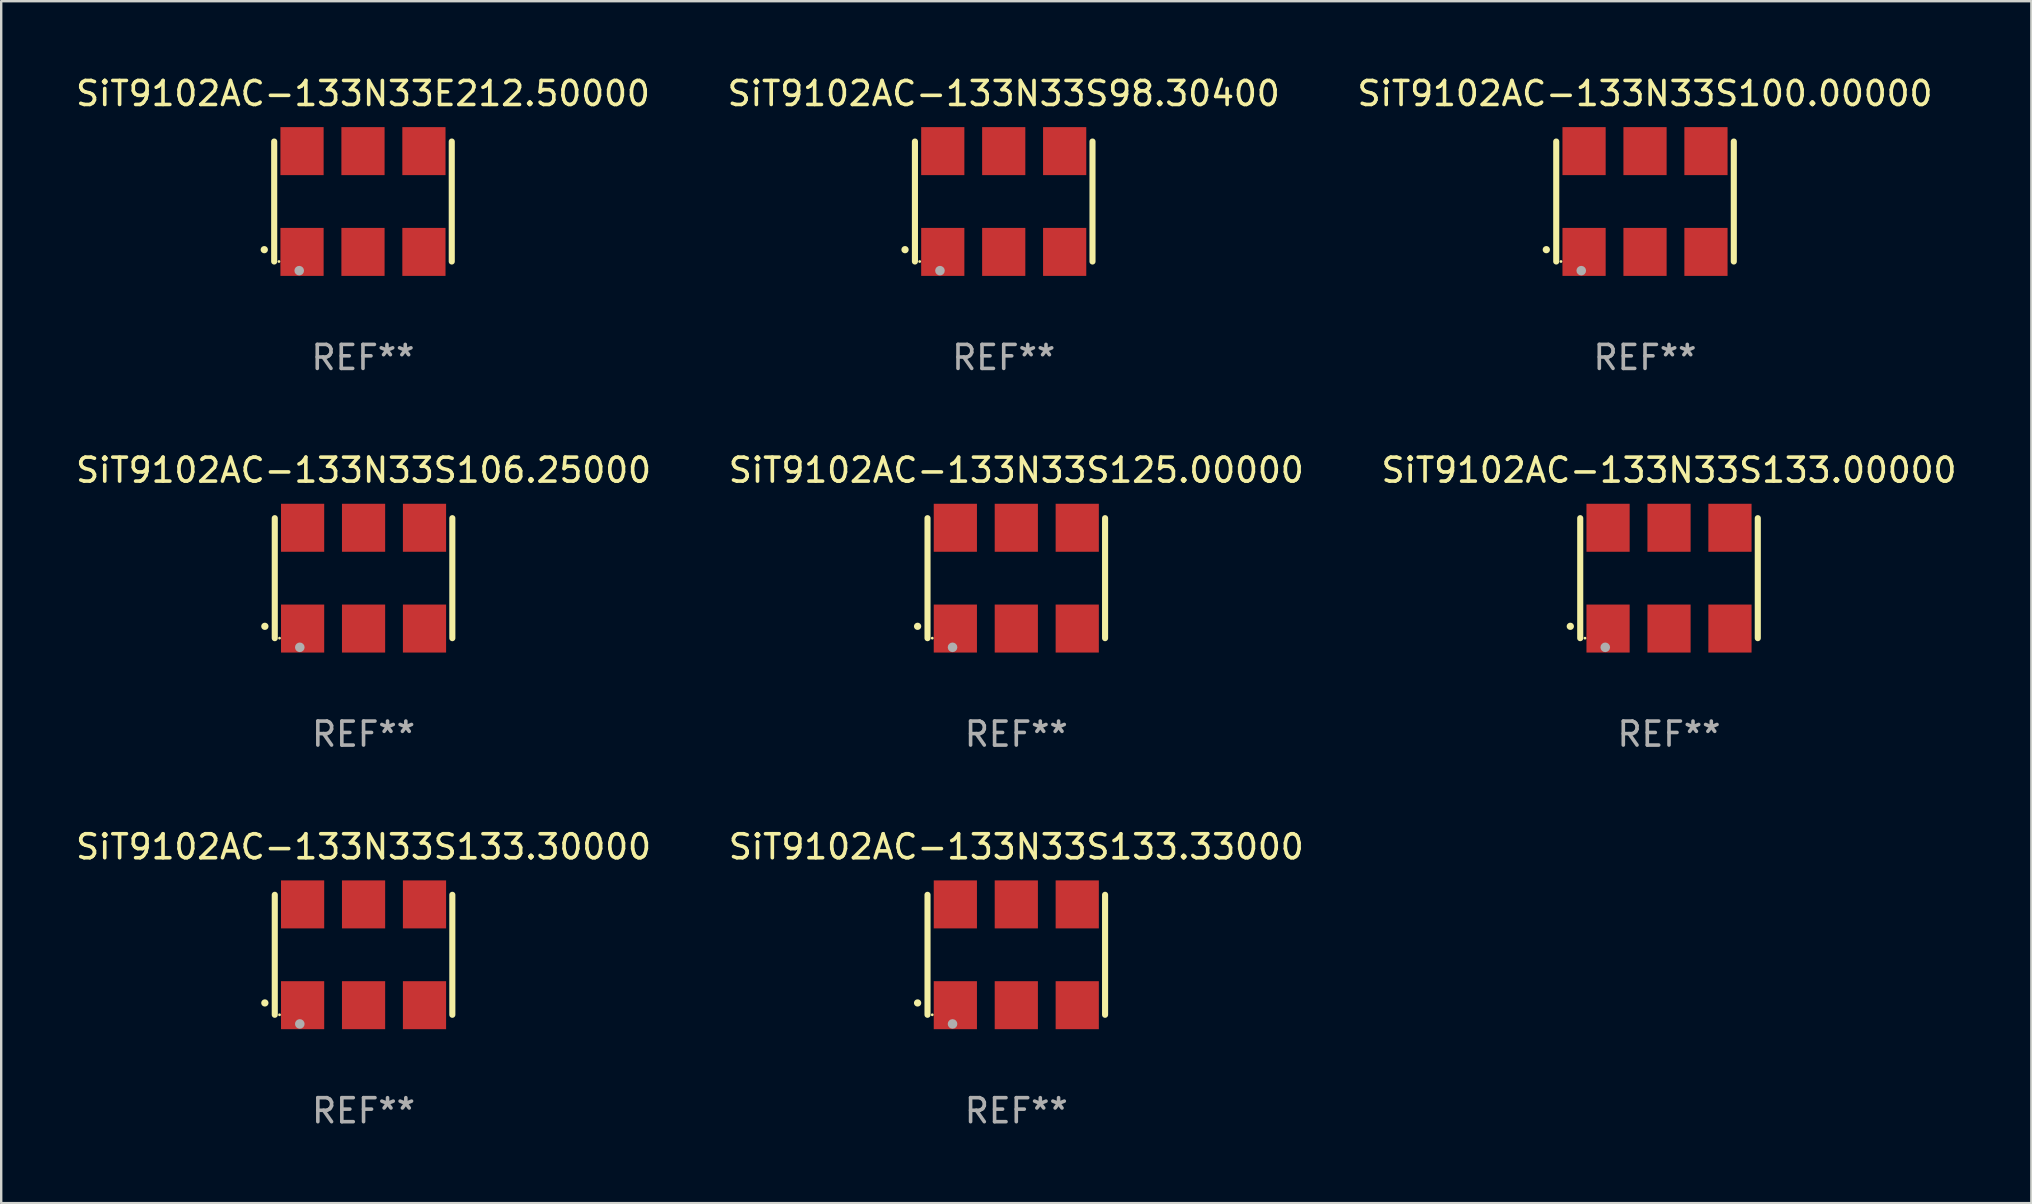
<source format=kicad_pcb>
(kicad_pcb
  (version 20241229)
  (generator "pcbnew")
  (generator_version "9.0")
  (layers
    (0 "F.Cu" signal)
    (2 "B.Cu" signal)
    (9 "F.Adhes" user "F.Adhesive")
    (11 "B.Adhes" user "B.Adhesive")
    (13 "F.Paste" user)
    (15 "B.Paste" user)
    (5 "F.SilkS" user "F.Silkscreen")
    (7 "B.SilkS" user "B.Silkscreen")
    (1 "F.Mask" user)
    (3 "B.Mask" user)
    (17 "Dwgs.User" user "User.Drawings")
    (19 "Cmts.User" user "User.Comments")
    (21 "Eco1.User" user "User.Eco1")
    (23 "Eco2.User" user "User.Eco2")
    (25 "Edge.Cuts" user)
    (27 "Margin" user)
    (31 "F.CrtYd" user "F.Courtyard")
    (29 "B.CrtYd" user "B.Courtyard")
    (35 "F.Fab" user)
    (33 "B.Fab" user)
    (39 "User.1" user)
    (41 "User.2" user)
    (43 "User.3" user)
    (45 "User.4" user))
  (footprint "SiT9102AC-133N33E212.50000"
    (layer "F.Cu")
    (at 12.077 5.348)
    (property "Reference" "SiT9102AC-133N33E212.50000" (at 0 -4.5 0) (layer "F.SilkS") (effects (font (size 1 1) (thickness 0.15))))
    (attr through_hole)
    (fp_line (start -3.7 -2.5) (end -3.7 2.5) (stroke (width 0.254) (type solid)) (layer "F.SilkS"))
    (fp_line (start 3.7 -2.5) (end 3.7 2.5) (stroke (width 0.254) (type solid)) (layer "F.SilkS"))
    (fp_arc (start -4.114415 2.006604) (mid -4.113145 2.006599) (end -4.111875 2.006604) (stroke (width 0.3) (type solid)) (layer "F.SilkS"))
    (fp_circle (center -3.502 2.5) (end -3.472 2.5) (stroke (width 0.06) (type solid)) (fill no) (layer "F.SilkS"))
    (fp_circle (center -2.657 2.882) (end -2.557 2.882) (stroke (width 0.2) (type solid)) (fill no) (layer "F.Fab"))
    (fp_text user "REF**" (at 0 6.5 0) (layer "F.Fab") (effects (font (size 1 1) (thickness 0.15))))
    (pad "1" smd rect (at -2.54 2.1) (size 1.8 2) (layers "F.Cu" "F.Mask" "F.Paste"))
    (pad "2" smd rect (at 0.000394 2.1) (size 1.8 2) (layers "F.Cu" "F.Mask" "F.Paste"))
    (pad "3" smd rect (at 2.54 2.1) (size 1.8 2) (layers "F.Cu" "F.Mask" "F.Paste"))
    (pad "4" smd rect (at 2.54 -2.1) (size 1.8 2) (layers "F.Cu" "F.Mask" "F.Paste"))
    (pad "5" smd rect (at 0.000394 -2.1) (size 1.8 2) (layers "F.Cu" "F.Mask" "F.Paste"))
    (pad "6" smd rect (at -2.54 -2.1) (size 1.8 2) (layers "F.Cu" "F.Mask" "F.Paste")))
  (footprint "SiT9102AC-133N33S98.30400"
    (layer "F.Cu")
    (at 38.78 5.348)
    (property "Reference" "SiT9102AC-133N33S98.30400" (at 0 -4.5 0) (layer "F.SilkS") (effects (font (size 1 1) (thickness 0.15))))
    (attr through_hole)
    (fp_line (start -3.7 -2.5) (end -3.7 2.5) (stroke (width 0.254) (type solid)) (layer "F.SilkS"))
    (fp_line (start 3.7 -2.5) (end 3.7 2.5) (stroke (width 0.254) (type solid)) (layer "F.SilkS"))
    (fp_arc (start -4.114415 2.006604) (mid -4.113145 2.006599) (end -4.111875 2.006604) (stroke (width 0.3) (type solid)) (layer "F.SilkS"))
    (fp_circle (center -3.502 2.5) (end -3.472 2.5) (stroke (width 0.06) (type solid)) (fill no) (layer "F.SilkS"))
    (fp_circle (center -2.657 2.882) (end -2.557 2.882) (stroke (width 0.2) (type solid)) (fill no) (layer "F.Fab"))
    (fp_text user "REF**" (at 0 6.5 0) (layer "F.Fab") (effects (font (size 1 1) (thickness 0.15))))
    (pad "1" smd rect (at -2.54 2.1) (size 1.8 2) (layers "F.Cu" "F.Mask" "F.Paste"))
    (pad "2" smd rect (at 0.000394 2.1) (size 1.8 2) (layers "F.Cu" "F.Mask" "F.Paste"))
    (pad "3" smd rect (at 2.54 2.1) (size 1.8 2) (layers "F.Cu" "F.Mask" "F.Paste"))
    (pad "4" smd rect (at 2.54 -2.1) (size 1.8 2) (layers "F.Cu" "F.Mask" "F.Paste"))
    (pad "5" smd rect (at 0.000394 -2.1) (size 1.8 2) (layers "F.Cu" "F.Mask" "F.Paste"))
    (pad "6" smd rect (at -2.54 -2.1) (size 1.8 2) (layers "F.Cu" "F.Mask" "F.Paste")))
  (footprint "SiT9102AC-133N33S125.00000"
    (layer "F.Cu")
    (at 39.304 21.045)
    (property "Reference" "SiT9102AC-133N33S125.00000" (at 0 -4.5 0) (layer "F.SilkS") (effects (font (size 1 1) (thickness 0.15))))
    (attr through_hole)
    (fp_line (start -3.7 -2.5) (end -3.7 2.5) (stroke (width 0.254) (type solid)) (layer "F.SilkS"))
    (fp_line (start 3.7 -2.5) (end 3.7 2.5) (stroke (width 0.254) (type solid)) (layer "F.SilkS"))
    (fp_arc (start -4.114415 2.006604) (mid -4.113145 2.006599) (end -4.111875 2.006604) (stroke (width 0.3) (type solid)) (layer "F.SilkS"))
    (fp_circle (center -3.502 2.5) (end -3.472 2.5) (stroke (width 0.06) (type solid)) (fill no) (layer "F.SilkS"))
    (fp_circle (center -2.657 2.882) (end -2.557 2.882) (stroke (width 0.2) (type solid)) (fill no) (layer "F.Fab"))
    (fp_text user "REF**" (at 0 6.5 0) (layer "F.Fab") (effects (font (size 1 1) (thickness 0.15))))
    (pad "1" smd rect (at -2.54 2.1) (size 1.8 2) (layers "F.Cu" "F.Mask" "F.Paste"))
    (pad "2" smd rect (at 0.000394 2.1) (size 1.8 2) (layers "F.Cu" "F.Mask" "F.Paste"))
    (pad "3" smd rect (at 2.54 2.1) (size 1.8 2) (layers "F.Cu" "F.Mask" "F.Paste"))
    (pad "4" smd rect (at 2.54 -2.1) (size 1.8 2) (layers "F.Cu" "F.Mask" "F.Paste"))
    (pad "5" smd rect (at 0.000394 -2.1) (size 1.8 2) (layers "F.Cu" "F.Mask" "F.Paste"))
    (pad "6" smd rect (at -2.54 -2.1) (size 1.8 2) (layers "F.Cu" "F.Mask" "F.Paste")))
  (footprint "SiT9102AC-133N33S100.00000"
    (layer "F.Cu")
    (at 65.506 5.348)
    (property "Reference" "SiT9102AC-133N33S100.00000" (at 0 -4.5 0) (layer "F.SilkS") (effects (font (size 1 1) (thickness 0.15))))
    (attr through_hole)
    (fp_line (start -3.7 -2.5) (end -3.7 2.5) (stroke (width 0.254) (type solid)) (layer "F.SilkS"))
    (fp_line (start 3.7 -2.5) (end 3.7 2.5) (stroke (width 0.254) (type solid)) (layer "F.SilkS"))
    (fp_arc (start -4.114415 2.006604) (mid -4.113145 2.006599) (end -4.111875 2.006604) (stroke (width 0.3) (type solid)) (layer "F.SilkS"))
    (fp_circle (center -3.502 2.5) (end -3.472 2.5) (stroke (width 0.06) (type solid)) (fill no) (layer "F.SilkS"))
    (fp_circle (center -2.657 2.882) (end -2.557 2.882) (stroke (width 0.2) (type solid)) (fill no) (layer "F.Fab"))
    (fp_text user "REF**" (at 0 6.5 0) (layer "F.Fab") (effects (font (size 1 1) (thickness 0.15))))
    (pad "1" smd rect (at -2.54 2.1) (size 1.8 2) (layers "F.Cu" "F.Mask" "F.Paste"))
    (pad "2" smd rect (at 0.000394 2.1) (size 1.8 2) (layers "F.Cu" "F.Mask" "F.Paste"))
    (pad "3" smd rect (at 2.54 2.1) (size 1.8 2) (layers "F.Cu" "F.Mask" "F.Paste"))
    (pad "4" smd rect (at 2.54 -2.1) (size 1.8 2) (layers "F.Cu" "F.Mask" "F.Paste"))
    (pad "5" smd rect (at 0.000394 -2.1) (size 1.8 2) (layers "F.Cu" "F.Mask" "F.Paste"))
    (pad "6" smd rect (at -2.54 -2.1) (size 1.8 2) (layers "F.Cu" "F.Mask" "F.Paste")))
  (footprint "SiT9102AC-133N33S133.30000"
    (layer "F.Cu")
    (at 12.101 36.741)
    (property "Reference" "SiT9102AC-133N33S133.30000" (at 0 -4.5 0) (layer "F.SilkS") (effects (font (size 1 1) (thickness 0.15))))
    (attr through_hole)
    (fp_line (start -3.7 -2.5) (end -3.7 2.5) (stroke (width 0.254) (type solid)) (layer "F.SilkS"))
    (fp_line (start 3.7 -2.5) (end 3.7 2.5) (stroke (width 0.254) (type solid)) (layer "F.SilkS"))
    (fp_arc (start -4.114415 2.006604) (mid -4.113145 2.006599) (end -4.111875 2.006604) (stroke (width 0.3) (type solid)) (layer "F.SilkS"))
    (fp_circle (center -3.502 2.5) (end -3.472 2.5) (stroke (width 0.06) (type solid)) (fill no) (layer "F.SilkS"))
    (fp_circle (center -2.657 2.882) (end -2.557 2.882) (stroke (width 0.2) (type solid)) (fill no) (layer "F.Fab"))
    (fp_text user "REF**" (at 0 6.5 0) (layer "F.Fab") (effects (font (size 1 1) (thickness 0.15))))
    (pad "1" smd rect (at -2.54 2.1) (size 1.8 2) (layers "F.Cu" "F.Mask" "F.Paste"))
    (pad "2" smd rect (at 0.000394 2.1) (size 1.8 2) (layers "F.Cu" "F.Mask" "F.Paste"))
    (pad "3" smd rect (at 2.54 2.1) (size 1.8 2) (layers "F.Cu" "F.Mask" "F.Paste"))
    (pad "4" smd rect (at 2.54 -2.1) (size 1.8 2) (layers "F.Cu" "F.Mask" "F.Paste"))
    (pad "5" smd rect (at 0.000394 -2.1) (size 1.8 2) (layers "F.Cu" "F.Mask" "F.Paste"))
    (pad "6" smd rect (at -2.54 -2.1) (size 1.8 2) (layers "F.Cu" "F.Mask" "F.Paste")))
  (footprint "SiT9102AC-133N33S106.25000"
    (layer "F.Cu")
    (at 12.101 21.045)
    (property "Reference" "SiT9102AC-133N33S106.25000" (at 0 -4.5 0) (layer "F.SilkS") (effects (font (size 1 1) (thickness 0.15))))
    (attr through_hole)
    (fp_line (start -3.7 -2.5) (end -3.7 2.5) (stroke (width 0.254) (type solid)) (layer "F.SilkS"))
    (fp_line (start 3.7 -2.5) (end 3.7 2.5) (stroke (width 0.254) (type solid)) (layer "F.SilkS"))
    (fp_arc (start -4.114415 2.006604) (mid -4.113145 2.006599) (end -4.111875 2.006604) (stroke (width 0.3) (type solid)) (layer "F.SilkS"))
    (fp_circle (center -3.502 2.5) (end -3.472 2.5) (stroke (width 0.06) (type solid)) (fill no) (layer "F.SilkS"))
    (fp_circle (center -2.657 2.882) (end -2.557 2.882) (stroke (width 0.2) (type solid)) (fill no) (layer "F.Fab"))
    (fp_text user "REF**" (at 0 6.5 0) (layer "F.Fab") (effects (font (size 1 1) (thickness 0.15))))
    (pad "1" smd rect (at -2.54 2.1) (size 1.8 2) (layers "F.Cu" "F.Mask" "F.Paste"))
    (pad "2" smd rect (at 0.000394 2.1) (size 1.8 2) (layers "F.Cu" "F.Mask" "F.Paste"))
    (pad "3" smd rect (at 2.54 2.1) (size 1.8 2) (layers "F.Cu" "F.Mask" "F.Paste"))
    (pad "4" smd rect (at 2.54 -2.1) (size 1.8 2) (layers "F.Cu" "F.Mask" "F.Paste"))
    (pad "5" smd rect (at 0.000394 -2.1) (size 1.8 2) (layers "F.Cu" "F.Mask" "F.Paste"))
    (pad "6" smd rect (at -2.54 -2.1) (size 1.8 2) (layers "F.Cu" "F.Mask" "F.Paste")))
  (footprint "SiT9102AC-133N33S133.00000"
    (layer "F.Cu")
    (at 66.506 21.045)
    (property "Reference" "SiT9102AC-133N33S133.00000" (at 0 -4.5 0) (layer "F.SilkS") (effects (font (size 1 1) (thickness 0.15))))
    (attr through_hole)
    (fp_line (start -3.7 -2.5) (end -3.7 2.5) (stroke (width 0.254) (type solid)) (layer "F.SilkS"))
    (fp_line (start 3.7 -2.5) (end 3.7 2.5) (stroke (width 0.254) (type solid)) (layer "F.SilkS"))
    (fp_arc (start -4.114415 2.006604) (mid -4.113145 2.006599) (end -4.111875 2.006604) (stroke (width 0.3) (type solid)) (layer "F.SilkS"))
    (fp_circle (center -3.502 2.5) (end -3.472 2.5) (stroke (width 0.06) (type solid)) (fill no) (layer "F.SilkS"))
    (fp_circle (center -2.657 2.882) (end -2.557 2.882) (stroke (width 0.2) (type solid)) (fill no) (layer "F.Fab"))
    (fp_text user "REF**" (at 0 6.5 0) (layer "F.Fab") (effects (font (size 1 1) (thickness 0.15))))
    (pad "1" smd rect (at -2.54 2.1) (size 1.8 2) (layers "F.Cu" "F.Mask" "F.Paste"))
    (pad "2" smd rect (at 0.000394 2.1) (size 1.8 2) (layers "F.Cu" "F.Mask" "F.Paste"))
    (pad "3" smd rect (at 2.54 2.1) (size 1.8 2) (layers "F.Cu" "F.Mask" "F.Paste"))
    (pad "4" smd rect (at 2.54 -2.1) (size 1.8 2) (layers "F.Cu" "F.Mask" "F.Paste"))
    (pad "5" smd rect (at 0.000394 -2.1) (size 1.8 2) (layers "F.Cu" "F.Mask" "F.Paste"))
    (pad "6" smd rect (at -2.54 -2.1) (size 1.8 2) (layers "F.Cu" "F.Mask" "F.Paste")))
  (footprint "SiT9102AC-133N33S133.33000"
    (layer "F.Cu")
    (at 39.304 36.741)
    (property "Reference" "SiT9102AC-133N33S133.33000" (at 0 -4.5 0) (layer "F.SilkS") (effects (font (size 1 1) (thickness 0.15))))
    (attr through_hole)
    (fp_line (start -3.7 -2.5) (end -3.7 2.5) (stroke (width 0.254) (type solid)) (layer "F.SilkS"))
    (fp_line (start 3.7 -2.5) (end 3.7 2.5) (stroke (width 0.254) (type solid)) (layer "F.SilkS"))
    (fp_arc (start -4.114415 2.006604) (mid -4.113145 2.006599) (end -4.111875 2.006604) (stroke (width 0.3) (type solid)) (layer "F.SilkS"))
    (fp_circle (center -3.502 2.5) (end -3.472 2.5) (stroke (width 0.06) (type solid)) (fill no) (layer "F.SilkS"))
    (fp_circle (center -2.657 2.882) (end -2.557 2.882) (stroke (width 0.2) (type solid)) (fill no) (layer "F.Fab"))
    (fp_text user "REF**" (at 0 6.5 0) (layer "F.Fab") (effects (font (size 1 1) (thickness 0.15))))
    (pad "1" smd rect (at -2.54 2.1) (size 1.8 2) (layers "F.Cu" "F.Mask" "F.Paste"))
    (pad "2" smd rect (at 0.000394 2.1) (size 1.8 2) (layers "F.Cu" "F.Mask" "F.Paste"))
    (pad "3" smd rect (at 2.54 2.1) (size 1.8 2) (layers "F.Cu" "F.Mask" "F.Paste"))
    (pad "4" smd rect (at 2.54 -2.1) (size 1.8 2) (layers "F.Cu" "F.Mask" "F.Paste"))
    (pad "5" smd rect (at 0.000394 -2.1) (size 1.8 2) (layers "F.Cu" "F.Mask" "F.Paste"))
    (pad "6" smd rect (at -2.54 -2.1) (size 1.8 2) (layers "F.Cu" "F.Mask" "F.Paste")))
  (gr_rect
    (start -3 -3)
    (end 81.607 47.09)
    (stroke (width 0.1) (type default))
    (fill no)
    (layer "Edge.Cuts")))
</source>
